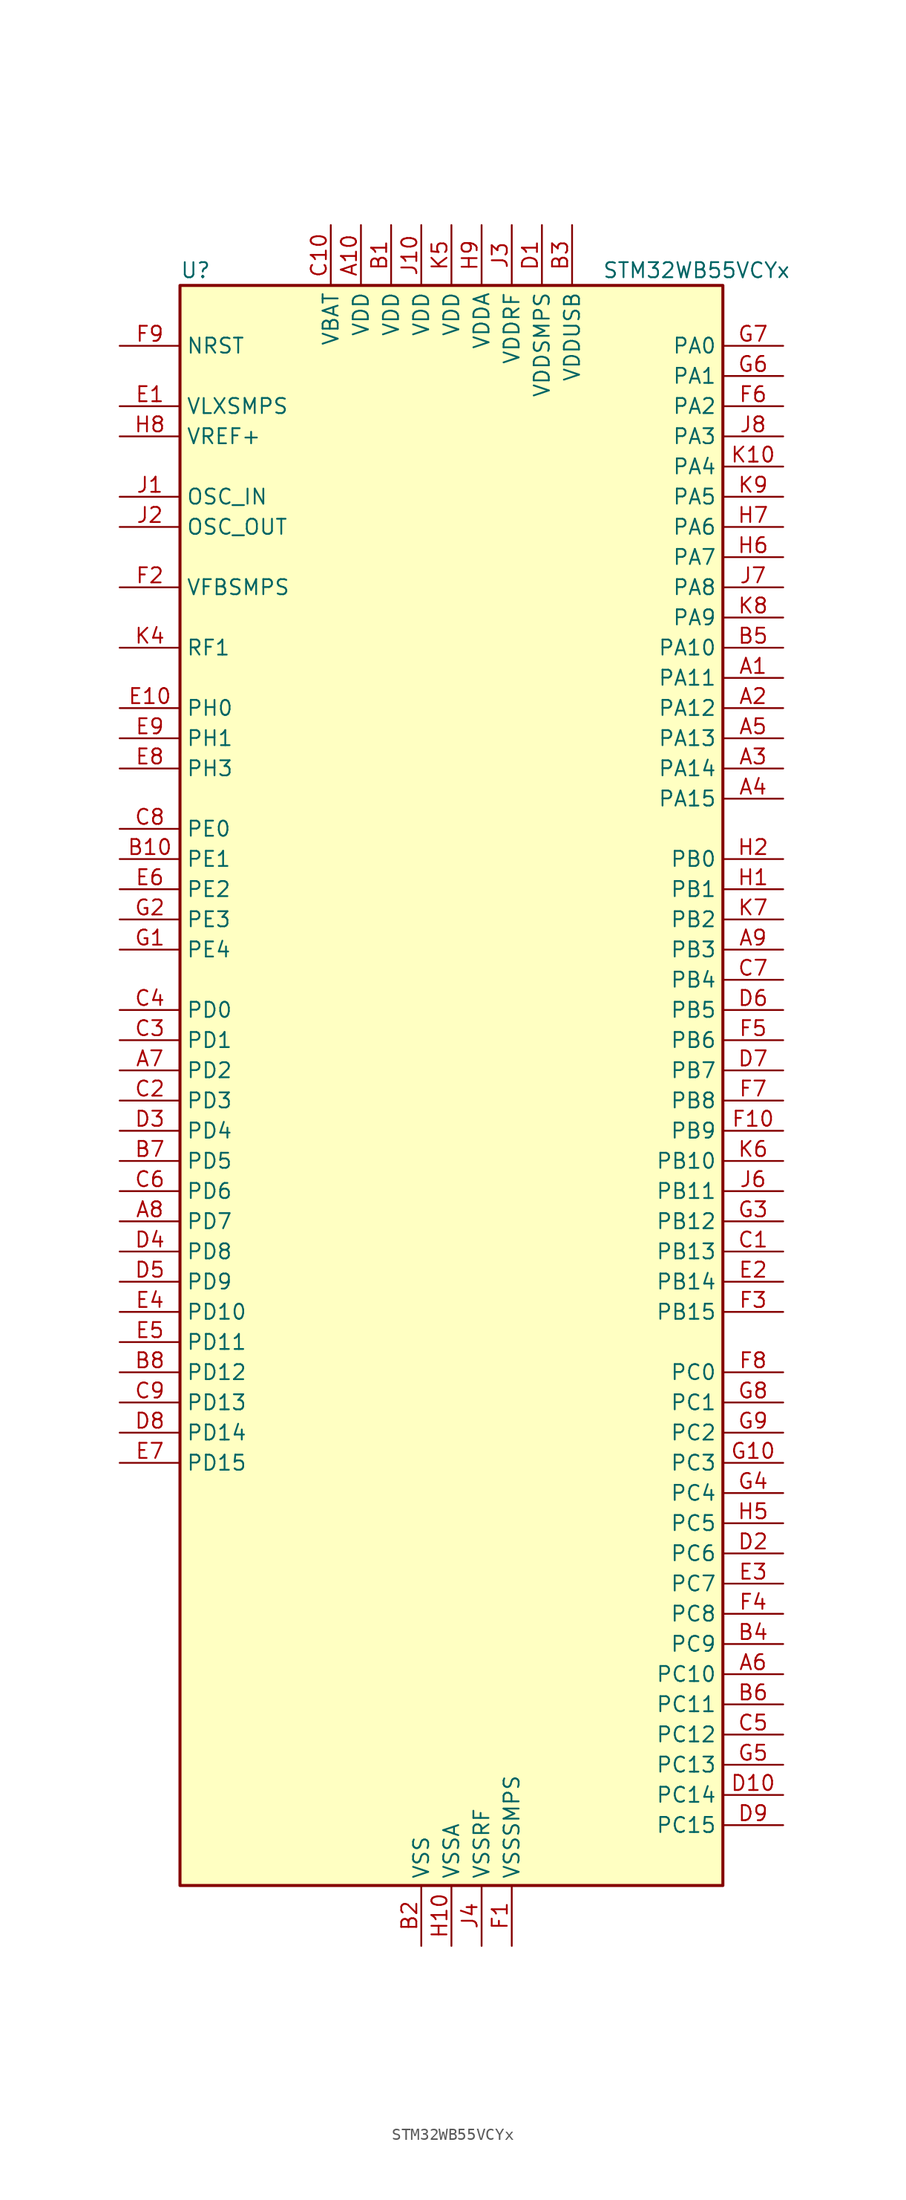
<source format=kicad_sym>
(kicad_symbol_lib
  (version 20231120)
  (generator "kicad-library-utils")
  (generator_version "8.0")
  (symbol "STM32WB55VCYx"
    (property "Reference" "U"
      (at -22.86 69.85 0)
      (effects (font (size 1.27 1.27)) (justify left)))
    (property "Value" "STM32WB55VCYx"
      (at 12.7 69.85 0)
      (effects (font (size 1.27 1.27)) (justify left)))
    (symbol "STM32WB55VCYx_0_1"
      (rectangle (start -22.86 -66.04) (end 22.86 68.58) (stroke (width 0.254) (type default)) (fill (type background))))
    (symbol "STM32WB55VCYx_1_1"
      (pin bidirectional line (at 27.94 35.56 180) (length 5.08) (name "PA11" (effects (font (size 1.27 1.27)))) (number "A1" (effects (font (size 1.27 1.27)))) (alternate "ADC1_EXTI11" bidirectional line) (alternate "SPI1_MISO" bidirectional line) (alternate "TIM1_BKIN2" bidirectional line) (alternate "TIM1_CH4" bidirectional line) (alternate "USART1_CTS" bidirectional line) (alternate "USART1_NSS" bidirectional line) (alternate "USB_DM" bidirectional line))
      (pin power_in line (at -7.62 73.66 270) (length 5.08) (name "VDD" (effects (font (size 1.27 1.27)))) (number "A10" (effects (font (size 1.27 1.27)))))
      (pin bidirectional line (at 27.94 33.02 180) (length 5.08) (name "PA12" (effects (font (size 1.27 1.27)))) (number "A2" (effects (font (size 1.27 1.27)))) (alternate "LPUART1_RX" bidirectional line) (alternate "SPI1_MOSI" bidirectional line) (alternate "TIM1_ETR" bidirectional line) (alternate "USART1_DE" bidirectional line) (alternate "USART1_RTS" bidirectional line) (alternate "USB_DP" bidirectional line))
      (pin bidirectional line (at 27.94 27.94 180) (length 5.08) (name "PA14" (effects (font (size 1.27 1.27)))) (number "A3" (effects (font (size 1.27 1.27)))) (alternate "I2C1_SMBA" bidirectional line) (alternate "LCD_SEG5" bidirectional line) (alternate "LPTIM1_OUT" bidirectional line) (alternate "SAI1_FS_B" bidirectional line) (alternate "SYS_JTCK-SWCLK" bidirectional line))
      (pin bidirectional line (at 27.94 25.4 180) (length 5.08) (name "PA15" (effects (font (size 1.27 1.27)))) (number "A4" (effects (font (size 1.27 1.27)))) (alternate "ADC1_EXTI15" bidirectional line) (alternate "LCD_SEG17" bidirectional line) (alternate "RCC_MCO" bidirectional line) (alternate "SPI1_NSS" bidirectional line) (alternate "SYS_JTDI" bidirectional line) (alternate "TIM2_CH1" bidirectional line) (alternate "TIM2_ETR" bidirectional line) (alternate "TSC_G3_IO1" bidirectional line))
      (pin bidirectional line (at 27.94 30.48 180) (length 5.08) (name "PA13" (effects (font (size 1.27 1.27)))) (number "A5" (effects (font (size 1.27 1.27)))) (alternate "IR_OUT" bidirectional line) (alternate "SAI1_SD_B" bidirectional line) (alternate "SYS_JTMS-SWDIO" bidirectional line) (alternate "USB_NOE" bidirectional line))
      (pin bidirectional line (at 27.94 -48.26 180) (length 5.08) (name "PC10" (effects (font (size 1.27 1.27)))) (number "A6" (effects (font (size 1.27 1.27)))) (alternate "LCD_COM4" bidirectional line) (alternate "LCD_SEG28" bidirectional line) (alternate "LCD_SEG40" bidirectional line) (alternate "SYS_TRACED1" bidirectional line) (alternate "TSC_G3_IO2" bidirectional line))
      (pin bidirectional line (at -27.94 2.54 0) (length 5.08) (name "PD2" (effects (font (size 1.27 1.27)))) (number "A7" (effects (font (size 1.27 1.27)))) (alternate "LCD_COM7" bidirectional line) (alternate "LCD_SEG31" bidirectional line) (alternate "LCD_SEG43" bidirectional line) (alternate "SYS_TRACED2" bidirectional line) (alternate "TSC_SYNC" bidirectional line))
      (pin bidirectional line (at -27.94 -10.16 0) (length 5.08) (name "PD7" (effects (font (size 1.27 1.27)))) (number "A8" (effects (font (size 1.27 1.27)))) (alternate "LCD_SEG39" bidirectional line) (alternate "QUADSPI_BK1_IO3" bidirectional line) (alternate "TSC_G5_IO4" bidirectional line))
      (pin bidirectional line (at 27.94 12.7 180) (length 5.08) (name "PB3" (effects (font (size 1.27 1.27)))) (number "A9" (effects (font (size 1.27 1.27)))) (alternate "COMP2_INM" bidirectional line) (alternate "LCD_SEG7" bidirectional line) (alternate "SAI1_SCK_B" bidirectional line) (alternate "SPI1_SCK" bidirectional line) (alternate "SYS_JTDO-SWO" bidirectional line) (alternate "TIM2_CH2" bidirectional line) (alternate "USART1_DE" bidirectional line) (alternate "USART1_RTS" bidirectional line))
      (pin power_in line (at -5.08 73.66 270) (length 5.08) (name "VDD" (effects (font (size 1.27 1.27)))) (number "B1" (effects (font (size 1.27 1.27)))))
      (pin bidirectional line (at -27.94 20.32 0) (length 5.08) (name "PE1" (effects (font (size 1.27 1.27)))) (number "B10" (effects (font (size 1.27 1.27)))) (alternate "LCD_SEG37" bidirectional line) (alternate "TIM17_CH1" bidirectional line) (alternate "TSC_G7_IO2" bidirectional line))
      (pin power_in line (at -2.54 -71.12 90) (length 5.08) (name "VSS" (effects (font (size 1.27 1.27)))) (number "B2" (effects (font (size 1.27 1.27)))))
      (pin power_in line (at 10.16 73.66 270) (length 5.08) (name "VDDUSB" (effects (font (size 1.27 1.27)))) (number "B3" (effects (font (size 1.27 1.27)))))
      (pin bidirectional line (at 27.94 -45.72 180) (length 5.08) (name "PC9" (effects (font (size 1.27 1.27)))) (number "B4" (effects (font (size 1.27 1.27)))) (alternate "LCD_SEG27" bidirectional line) (alternate "SAI1_SCK_B" bidirectional line) (alternate "TIM1_BKIN" bidirectional line) (alternate "TSC_G4_IO4" bidirectional line) (alternate "USB_NOE" bidirectional line))
      (pin bidirectional line (at 27.94 38.1 180) (length 5.08) (name "PA10" (effects (font (size 1.27 1.27)))) (number "B5" (effects (font (size 1.27 1.27)))) (alternate "CRS_SYNC" bidirectional line) (alternate "I2C1_SDA" bidirectional line) (alternate "LCD_COM2" bidirectional line) (alternate "SAI1_D1" bidirectional line) (alternate "SAI1_SD_A" bidirectional line) (alternate "TIM17_BKIN" bidirectional line) (alternate "TIM1_CH3" bidirectional line) (alternate "USART1_RX" bidirectional line))
      (pin bidirectional line (at 27.94 -50.8 180) (length 5.08) (name "PC11" (effects (font (size 1.27 1.27)))) (number "B6" (effects (font (size 1.27 1.27)))) (alternate "ADC1_EXTI11" bidirectional line) (alternate "LCD_COM5" bidirectional line) (alternate "LCD_SEG29" bidirectional line) (alternate "LCD_SEG41" bidirectional line) (alternate "TSC_G3_IO3" bidirectional line))
      (pin bidirectional line (at -27.94 -5.08 0) (length 5.08) (name "PD5" (effects (font (size 1.27 1.27)))) (number "B7" (effects (font (size 1.27 1.27)))) (alternate "QUADSPI_BK1_IO1" bidirectional line) (alternate "SAI1_MCLK_B" bidirectional line) (alternate "TSC_G5_IO2" bidirectional line))
      (pin bidirectional line (at -27.94 -22.86 0) (length 5.08) (name "PD12" (effects (font (size 1.27 1.27)))) (number "B8" (effects (font (size 1.27 1.27)))) (alternate "LCD_SEG32" bidirectional line) (alternate "LPTIM2_IN1" bidirectional line) (alternate "TSC_G6_IO3" bidirectional line))
      (pin passive line (at -2.54 -71.12 90) (length 5.08) hide (name "VSS" (effects (font (size 1.27 1.27)))) (number "B9" (effects (font (size 1.27 1.27)))))
      (pin bidirectional line (at 27.94 -12.7 180) (length 5.08) (name "PB13" (effects (font (size 1.27 1.27)))) (number "C1" (effects (font (size 1.27 1.27)))) (alternate "I2C3_SCL" bidirectional line) (alternate "LCD_SEG13" bidirectional line) (alternate "LPUART1_CTS" bidirectional line) (alternate "SAI1_SCK_A" bidirectional line) (alternate "SPI2_SCK" bidirectional line) (alternate "TIM1_CH1N" bidirectional line) (alternate "TSC_G1_IO2" bidirectional line))
      (pin power_in line (at -10.16 73.66 270) (length 5.08) (name "VBAT" (effects (font (size 1.27 1.27)))) (number "C10" (effects (font (size 1.27 1.27)))))
      (pin bidirectional line (at -27.94 0 0) (length 5.08) (name "PD3" (effects (font (size 1.27 1.27)))) (number "C2" (effects (font (size 1.27 1.27)))) (alternate "QUADSPI_BK1_NCS" bidirectional line) (alternate "SPI2_MISO" bidirectional line) (alternate "SPI2_SCK" bidirectional line))
      (pin bidirectional line (at -27.94 5.08 0) (length 5.08) (name "PD1" (effects (font (size 1.27 1.27)))) (number "C3" (effects (font (size 1.27 1.27)))) (alternate "SPI2_SCK" bidirectional line))
      (pin bidirectional line (at -27.94 7.62 0) (length 5.08) (name "PD0" (effects (font (size 1.27 1.27)))) (number "C4" (effects (font (size 1.27 1.27)))) (alternate "SPI2_NSS" bidirectional line))
      (pin bidirectional line (at 27.94 -53.34 180) (length 5.08) (name "PC12" (effects (font (size 1.27 1.27)))) (number "C5" (effects (font (size 1.27 1.27)))) (alternate "LCD_COM6" bidirectional line) (alternate "LCD_SEG30" bidirectional line) (alternate "LCD_SEG42" bidirectional line) (alternate "RCC_LSCO" bidirectional line) (alternate "RTC_TAMP3" bidirectional line) (alternate "SYS_TRACED3" bidirectional line) (alternate "SYS_WKUP3" bidirectional line) (alternate "TSC_G3_IO4" bidirectional line))
      (pin bidirectional line (at -27.94 -7.62 0) (length 5.08) (name "PD6" (effects (font (size 1.27 1.27)))) (number "C6" (effects (font (size 1.27 1.27)))) (alternate "QUADSPI_BK1_IO2" bidirectional line) (alternate "SAI1_D1" bidirectional line) (alternate "SAI1_SD_A" bidirectional line) (alternate "TSC_G5_IO3" bidirectional line))
      (pin bidirectional line (at 27.94 10.16 180) (length 5.08) (name "PB4" (effects (font (size 1.27 1.27)))) (number "C7" (effects (font (size 1.27 1.27)))) (alternate "COMP2_INP" bidirectional line) (alternate "I2C3_SDA" bidirectional line) (alternate "LCD_SEG8" bidirectional line) (alternate "SAI1_MCLK_B" bidirectional line) (alternate "SPI1_MISO" bidirectional line) (alternate "SYS_JTRST" bidirectional line) (alternate "TIM17_BKIN" bidirectional line) (alternate "TSC_G2_IO1" bidirectional line) (alternate "USART1_CTS" bidirectional line) (alternate "USART1_NSS" bidirectional line))
      (pin bidirectional line (at -27.94 22.86 0) (length 5.08) (name "PE0" (effects (font (size 1.27 1.27)))) (number "C8" (effects (font (size 1.27 1.27)))) (alternate "LCD_SEG36" bidirectional line) (alternate "TIM16_CH1" bidirectional line) (alternate "TIM1_ETR" bidirectional line) (alternate "TSC_G7_IO3" bidirectional line))
      (pin bidirectional line (at -27.94 -25.4 0) (length 5.08) (name "PD13" (effects (font (size 1.27 1.27)))) (number "C9" (effects (font (size 1.27 1.27)))) (alternate "LCD_SEG33" bidirectional line) (alternate "LPTIM2_OUT" bidirectional line) (alternate "TSC_G6_IO4" bidirectional line))
      (pin power_in line (at 7.62 73.66 270) (length 5.08) (name "VDDSMPS" (effects (font (size 1.27 1.27)))) (number "D1" (effects (font (size 1.27 1.27)))))
      (pin bidirectional line (at 27.94 -58.42 180) (length 5.08) (name "PC14" (effects (font (size 1.27 1.27)))) (number "D10" (effects (font (size 1.27 1.27)))) (alternate "RCC_OSC32_IN" bidirectional line))
      (pin bidirectional line (at 27.94 -38.1 180) (length 5.08) (name "PC6" (effects (font (size 1.27 1.27)))) (number "D2" (effects (font (size 1.27 1.27)))) (alternate "LCD_SEG24" bidirectional line) (alternate "TSC_G4_IO1" bidirectional line))
      (pin bidirectional line (at -27.94 -2.54 0) (length 5.08) (name "PD4" (effects (font (size 1.27 1.27)))) (number "D3" (effects (font (size 1.27 1.27)))) (alternate "QUADSPI_BK1_IO0" bidirectional line) (alternate "SPI2_MOSI" bidirectional line) (alternate "TSC_G5_IO1" bidirectional line))
      (pin bidirectional line (at -27.94 -12.7 0) (length 5.08) (name "PD8" (effects (font (size 1.27 1.27)))) (number "D4" (effects (font (size 1.27 1.27)))) (alternate "LCD_SEG28" bidirectional line) (alternate "TIM1_BKIN2" bidirectional line))
      (pin bidirectional line (at -27.94 -15.24 0) (length 5.08) (name "PD9" (effects (font (size 1.27 1.27)))) (number "D5" (effects (font (size 1.27 1.27)))) (alternate "LCD_SEG29" bidirectional line) (alternate "SYS_TRACED0" bidirectional line))
      (pin bidirectional line (at 27.94 7.62 180) (length 5.08) (name "PB5" (effects (font (size 1.27 1.27)))) (number "D6" (effects (font (size 1.27 1.27)))) (alternate "COMP2_OUT" bidirectional line) (alternate "I2C1_SMBA" bidirectional line) (alternate "LCD_SEG9" bidirectional line) (alternate "LPTIM1_IN1" bidirectional line) (alternate "LPUART1_TX" bidirectional line) (alternate "SAI1_SD_B" bidirectional line) (alternate "SPI1_MOSI" bidirectional line) (alternate "TIM16_BKIN" bidirectional line) (alternate "TSC_G2_IO2" bidirectional line) (alternate "USART1_CK" bidirectional line))
      (pin bidirectional line (at 27.94 2.54 180) (length 5.08) (name "PB7" (effects (font (size 1.27 1.27)))) (number "D7" (effects (font (size 1.27 1.27)))) (alternate "COMP2_INM" bidirectional line) (alternate "I2C1_SDA" bidirectional line) (alternate "LCD_SEG21" bidirectional line) (alternate "LPTIM1_IN2" bidirectional line) (alternate "SYS_PVD_IN" bidirectional line) (alternate "TIM17_CH1N" bidirectional line) (alternate "TIM1_BKIN" bidirectional line) (alternate "TSC_G2_IO4" bidirectional line) (alternate "USART1_RX" bidirectional line))
      (pin bidirectional line (at -27.94 -27.94 0) (length 5.08) (name "PD14" (effects (font (size 1.27 1.27)))) (number "D8" (effects (font (size 1.27 1.27)))) (alternate "LCD_SEG34" bidirectional line) (alternate "TIM1_CH1" bidirectional line))
      (pin bidirectional line (at 27.94 -60.96 180) (length 5.08) (name "PC15" (effects (font (size 1.27 1.27)))) (number "D9" (effects (font (size 1.27 1.27)))) (alternate "ADC1_EXTI15" bidirectional line) (alternate "RCC_OSC32_OUT" bidirectional line))
      (pin power_in line (at -27.94 58.42 0) (length 5.08) (name "VLXSMPS" (effects (font (size 1.27 1.27)))) (number "E1" (effects (font (size 1.27 1.27)))))
      (pin bidirectional line (at -27.94 33.02 0) (length 5.08) (name "PH0" (effects (font (size 1.27 1.27)))) (number "E10" (effects (font (size 1.27 1.27)))))
      (pin bidirectional line (at 27.94 -15.24 180) (length 5.08) (name "PB14" (effects (font (size 1.27 1.27)))) (number "E2" (effects (font (size 1.27 1.27)))) (alternate "I2C3_SDA" bidirectional line) (alternate "LCD_SEG14" bidirectional line) (alternate "SAI1_MCLK_A" bidirectional line) (alternate "SPI2_MISO" bidirectional line) (alternate "TIM1_CH2N" bidirectional line) (alternate "TSC_G1_IO3" bidirectional line))
      (pin bidirectional line (at 27.94 -40.64 180) (length 5.08) (name "PC7" (effects (font (size 1.27 1.27)))) (number "E3" (effects (font (size 1.27 1.27)))) (alternate "LCD_SEG25" bidirectional line) (alternate "TSC_G4_IO2" bidirectional line))
      (pin bidirectional line (at -27.94 -17.78 0) (length 5.08) (name "PD10" (effects (font (size 1.27 1.27)))) (number "E4" (effects (font (size 1.27 1.27)))) (alternate "LCD_SEG30" bidirectional line) (alternate "SYS_TRIG_INOUT" bidirectional line) (alternate "TSC_G6_IO1" bidirectional line))
      (pin bidirectional line (at -27.94 -20.32 0) (length 5.08) (name "PD11" (effects (font (size 1.27 1.27)))) (number "E5" (effects (font (size 1.27 1.27)))) (alternate "ADC1_EXTI11" bidirectional line) (alternate "LCD_SEG31" bidirectional line) (alternate "LPTIM2_ETR" bidirectional line) (alternate "TSC_G6_IO2" bidirectional line))
      (pin bidirectional line (at -27.94 17.78 0) (length 5.08) (name "PE2" (effects (font (size 1.27 1.27)))) (number "E6" (effects (font (size 1.27 1.27)))) (alternate "LCD_SEG38" bidirectional line) (alternate "SAI1_CK1" bidirectional line) (alternate "SAI1_MCLK_A" bidirectional line) (alternate "SYS_TRACECLK" bidirectional line) (alternate "TSC_G7_IO1" bidirectional line))
      (pin bidirectional line (at -27.94 -30.48 0) (length 5.08) (name "PD15" (effects (font (size 1.27 1.27)))) (number "E7" (effects (font (size 1.27 1.27)))) (alternate "ADC1_EXTI15" bidirectional line) (alternate "LCD_SEG35" bidirectional line) (alternate "TIM1_CH2" bidirectional line))
      (pin bidirectional line (at -27.94 27.94 0) (length 5.08) (name "PH3" (effects (font (size 1.27 1.27)))) (number "E8" (effects (font (size 1.27 1.27)))) (alternate "RCC_LSCO" bidirectional line))
      (pin bidirectional line (at -27.94 30.48 0) (length 5.08) (name "PH1" (effects (font (size 1.27 1.27)))) (number "E9" (effects (font (size 1.27 1.27)))))
      (pin power_in line (at 5.08 -71.12 90) (length 5.08) (name "VSSSMPS" (effects (font (size 1.27 1.27)))) (number "F1" (effects (font (size 1.27 1.27)))))
      (pin bidirectional line (at 27.94 -2.54 180) (length 5.08) (name "PB9" (effects (font (size 1.27 1.27)))) (number "F10" (effects (font (size 1.27 1.27)))) (alternate "I2C1_SDA" bidirectional line) (alternate "IR_OUT" bidirectional line) (alternate "LCD_COM3" bidirectional line) (alternate "QUADSPI_BK1_IO0" bidirectional line) (alternate "SAI1_D2" bidirectional line) (alternate "SAI1_FS_A" bidirectional line) (alternate "SPI2_NSS" bidirectional line) (alternate "TIM17_CH1" bidirectional line) (alternate "TIM1_CH3N" bidirectional line) (alternate "TSC_G7_IO4" bidirectional line))
      (pin input line (at -27.94 43.18 0) (length 5.08) (name "VFBSMPS" (effects (font (size 1.27 1.27)))) (number "F2" (effects (font (size 1.27 1.27)))))
      (pin bidirectional line (at 27.94 -17.78 180) (length 5.08) (name "PB15" (effects (font (size 1.27 1.27)))) (number "F3" (effects (font (size 1.27 1.27)))) (alternate "ADC1_EXTI15" bidirectional line) (alternate "LCD_SEG15" bidirectional line) (alternate "RTC_REFIN" bidirectional line) (alternate "SAI1_SD_A" bidirectional line) (alternate "SPI2_MOSI" bidirectional line) (alternate "TIM1_CH3N" bidirectional line) (alternate "TSC_G1_IO4" bidirectional line))
      (pin bidirectional line (at 27.94 -43.18 180) (length 5.08) (name "PC8" (effects (font (size 1.27 1.27)))) (number "F4" (effects (font (size 1.27 1.27)))) (alternate "LCD_SEG26" bidirectional line) (alternate "TSC_G4_IO3" bidirectional line))
      (pin bidirectional line (at 27.94 5.08 180) (length 5.08) (name "PB6" (effects (font (size 1.27 1.27)))) (number "F5" (effects (font (size 1.27 1.27)))) (alternate "COMP2_INP" bidirectional line) (alternate "I2C1_SCL" bidirectional line) (alternate "LCD_SEG6" bidirectional line) (alternate "LPTIM1_ETR" bidirectional line) (alternate "RCC_MCO" bidirectional line) (alternate "SAI1_FS_B" bidirectional line) (alternate "TIM16_CH1N" bidirectional line) (alternate "TSC_G2_IO3" bidirectional line) (alternate "USART1_TX" bidirectional line))
      (pin bidirectional line (at 27.94 58.42 180) (length 5.08) (name "PA2" (effects (font (size 1.27 1.27)))) (number "F6" (effects (font (size 1.27 1.27)))) (alternate "ADC1_IN7" bidirectional line) (alternate "COMP2_INM" bidirectional line) (alternate "COMP2_OUT" bidirectional line) (alternate "LCD_SEG1" bidirectional line) (alternate "LPUART1_TX" bidirectional line) (alternate "QUADSPI_BK1_NCS" bidirectional line) (alternate "RCC_LSCO" bidirectional line) (alternate "SYS_WKUP4" bidirectional line) (alternate "TIM2_CH3" bidirectional line))
      (pin bidirectional line (at 27.94 0 180) (length 5.08) (name "PB8" (effects (font (size 1.27 1.27)))) (number "F7" (effects (font (size 1.27 1.27)))) (alternate "I2C1_SCL" bidirectional line) (alternate "LCD_SEG16" bidirectional line) (alternate "QUADSPI_BK1_IO1" bidirectional line) (alternate "SAI1_CK1" bidirectional line) (alternate "SAI1_MCLK_A" bidirectional line) (alternate "TIM16_CH1" bidirectional line) (alternate "TIM1_CH2N" bidirectional line))
      (pin bidirectional line (at 27.94 -22.86 180) (length 5.08) (name "PC0" (effects (font (size 1.27 1.27)))) (number "F8" (effects (font (size 1.27 1.27)))) (alternate "ADC1_IN1" bidirectional line) (alternate "I2C3_SCL" bidirectional line) (alternate "LCD_SEG18" bidirectional line) (alternate "LPTIM1_IN1" bidirectional line) (alternate "LPTIM2_IN1" bidirectional line) (alternate "LPUART1_RX" bidirectional line))
      (pin input line (at -27.94 63.5 0) (length 5.08) (name "NRST" (effects (font (size 1.27 1.27)))) (number "F9" (effects (font (size 1.27 1.27)))))
      (pin bidirectional line (at -27.94 12.7 0) (length 5.08) (name "PE4" (effects (font (size 1.27 1.27)))) (number "G1" (effects (font (size 1.27 1.27)))))
      (pin bidirectional line (at 27.94 -30.48 180) (length 5.08) (name "PC3" (effects (font (size 1.27 1.27)))) (number "G10" (effects (font (size 1.27 1.27)))) (alternate "ADC1_IN4" bidirectional line) (alternate "LCD_VLCD" bidirectional line) (alternate "LPTIM1_ETR" bidirectional line) (alternate "LPTIM2_ETR" bidirectional line) (alternate "SAI1_D1" bidirectional line) (alternate "SAI1_SD_A" bidirectional line) (alternate "SPI2_MOSI" bidirectional line))
      (pin bidirectional line (at -27.94 15.24 0) (length 5.08) (name "PE3" (effects (font (size 1.27 1.27)))) (number "G2" (effects (font (size 1.27 1.27)))))
      (pin bidirectional line (at 27.94 -10.16 180) (length 5.08) (name "PB12" (effects (font (size 1.27 1.27)))) (number "G3" (effects (font (size 1.27 1.27)))) (alternate "I2C3_SMBA" bidirectional line) (alternate "LCD_SEG12" bidirectional line) (alternate "LPUART1_DE" bidirectional line) (alternate "LPUART1_RTS" bidirectional line) (alternate "SAI1_FS_A" bidirectional line) (alternate "SPI2_NSS" bidirectional line) (alternate "TIM1_BKIN" bidirectional line) (alternate "TSC_G1_IO1" bidirectional line))
      (pin bidirectional line (at 27.94 -33.02 180) (length 5.08) (name "PC4" (effects (font (size 1.27 1.27)))) (number "G4" (effects (font (size 1.27 1.27)))) (alternate "ADC1_IN13" bidirectional line) (alternate "COMP1_INM" bidirectional line) (alternate "LCD_SEG22" bidirectional line))
      (pin bidirectional line (at 27.94 -55.88 180) (length 5.08) (name "PC13" (effects (font (size 1.27 1.27)))) (number "G5" (effects (font (size 1.27 1.27)))) (alternate "RTC_OUT1" bidirectional line) (alternate "RTC_TAMP1" bidirectional line) (alternate "RTC_TS" bidirectional line) (alternate "SYS_WKUP2" bidirectional line))
      (pin bidirectional line (at 27.94 60.96 180) (length 5.08) (name "PA1" (effects (font (size 1.27 1.27)))) (number "G6" (effects (font (size 1.27 1.27)))) (alternate "ADC1_IN6" bidirectional line) (alternate "COMP1_INP" bidirectional line) (alternate "I2C1_SMBA" bidirectional line) (alternate "LCD_SEG0" bidirectional line) (alternate "SPI1_SCK" bidirectional line) (alternate "TIM2_CH2" bidirectional line))
      (pin bidirectional line (at 27.94 63.5 180) (length 5.08) (name "PA0" (effects (font (size 1.27 1.27)))) (number "G7" (effects (font (size 1.27 1.27)))) (alternate "ADC1_IN5" bidirectional line) (alternate "COMP1_INM" bidirectional line) (alternate "COMP1_OUT" bidirectional line) (alternate "RTC_TAMP2" bidirectional line) (alternate "SAI1_EXTCLK" bidirectional line) (alternate "SYS_WKUP1" bidirectional line) (alternate "TIM2_CH1" bidirectional line) (alternate "TIM2_ETR" bidirectional line))
      (pin bidirectional line (at 27.94 -25.4 180) (length 5.08) (name "PC1" (effects (font (size 1.27 1.27)))) (number "G8" (effects (font (size 1.27 1.27)))) (alternate "ADC1_IN2" bidirectional line) (alternate "I2C3_SDA" bidirectional line) (alternate "LCD_SEG19" bidirectional line) (alternate "LPTIM1_OUT" bidirectional line) (alternate "LPUART1_TX" bidirectional line) (alternate "SPI2_MOSI" bidirectional line))
      (pin bidirectional line (at 27.94 -27.94 180) (length 5.08) (name "PC2" (effects (font (size 1.27 1.27)))) (number "G9" (effects (font (size 1.27 1.27)))) (alternate "ADC1_IN3" bidirectional line) (alternate "LCD_SEG20" bidirectional line) (alternate "LPTIM1_IN2" bidirectional line) (alternate "SPI2_MISO" bidirectional line))
      (pin bidirectional line (at 27.94 17.78 180) (length 5.08) (name "PB1" (effects (font (size 1.27 1.27)))) (number "H1" (effects (font (size 1.27 1.27)))) (alternate "LPTIM2_IN1" bidirectional line) (alternate "LPUART1_DE" bidirectional line) (alternate "LPUART1_RTS" bidirectional line))
      (pin power_in line (at 0 -71.12 90) (length 5.08) (name "VSSA" (effects (font (size 1.27 1.27)))) (number "H10" (effects (font (size 1.27 1.27)))))
      (pin bidirectional line (at 27.94 20.32 180) (length 5.08) (name "PB0" (effects (font (size 1.27 1.27)))) (number "H2" (effects (font (size 1.27 1.27)))) (alternate "COMP1_OUT" bidirectional line) (alternate "RF_TX_MOD_EXT_PA" bidirectional line))
      (pin no_connect line (at -22.86 -66.04 0) (length 5.08) hide (name "AT0" (effects (font (size 1.27 1.27)))) (number "H3" (effects (font (size 1.27 1.27)))))
      (pin no_connect line (at -22.86 -63.5 0) (length 5.08) hide (name "AT1" (effects (font (size 1.27 1.27)))) (number "H4" (effects (font (size 1.27 1.27)))))
      (pin bidirectional line (at 27.94 -35.56 180) (length 5.08) (name "PC5" (effects (font (size 1.27 1.27)))) (number "H5" (effects (font (size 1.27 1.27)))) (alternate "ADC1_IN14" bidirectional line) (alternate "COMP1_INP" bidirectional line) (alternate "LCD_SEG23" bidirectional line) (alternate "SAI1_D3" bidirectional line) (alternate "SYS_WKUP5" bidirectional line))
      (pin bidirectional line (at 27.94 45.72 180) (length 5.08) (name "PA7" (effects (font (size 1.27 1.27)))) (number "H6" (effects (font (size 1.27 1.27)))) (alternate "ADC1_IN12" bidirectional line) (alternate "COMP2_OUT" bidirectional line) (alternate "I2C3_SCL" bidirectional line) (alternate "LCD_SEG4" bidirectional line) (alternate "QUADSPI_BK1_IO2" bidirectional line) (alternate "SPI1_MOSI" bidirectional line) (alternate "TIM17_CH1" bidirectional line) (alternate "TIM1_CH1N" bidirectional line))
      (pin bidirectional line (at 27.94 48.26 180) (length 5.08) (name "PA6" (effects (font (size 1.27 1.27)))) (number "H7" (effects (font (size 1.27 1.27)))) (alternate "ADC1_IN11" bidirectional line) (alternate "LCD_SEG3" bidirectional line) (alternate "LPUART1_CTS" bidirectional line) (alternate "QUADSPI_BK1_IO3" bidirectional line) (alternate "SPI1_MISO" bidirectional line) (alternate "TIM16_CH1" bidirectional line) (alternate "TIM1_BKIN" bidirectional line))
      (pin input line (at -27.94 55.88 0) (length 5.08) (name "VREF+" (effects (font (size 1.27 1.27)))) (number "H8" (effects (font (size 1.27 1.27)))) (alternate "VREFBUF_OUT" bidirectional line))
      (pin power_in line (at 2.54 73.66 270) (length 5.08) (name "VDDA" (effects (font (size 1.27 1.27)))) (number "H9" (effects (font (size 1.27 1.27)))))
      (pin input line (at -27.94 50.8 0) (length 5.08) (name "OSC_IN" (effects (font (size 1.27 1.27)))) (number "J1" (effects (font (size 1.27 1.27)))) (alternate "RCC_OSC_IN" bidirectional line))
      (pin power_in line (at -2.54 73.66 270) (length 5.08) (name "VDD" (effects (font (size 1.27 1.27)))) (number "J10" (effects (font (size 1.27 1.27)))))
      (pin input line (at -27.94 48.26 0) (length 5.08) (name "OSC_OUT" (effects (font (size 1.27 1.27)))) (number "J2" (effects (font (size 1.27 1.27)))) (alternate "RCC_OSC_OUT" bidirectional line))
      (pin power_in line (at 5.08 73.66 270) (length 5.08) (name "VDDRF" (effects (font (size 1.27 1.27)))) (number "J3" (effects (font (size 1.27 1.27)))))
      (pin power_in line (at 2.54 -71.12 90) (length 5.08) (name "VSSRF" (effects (font (size 1.27 1.27)))) (number "J4" (effects (font (size 1.27 1.27)))))
      (pin passive line (at -2.54 -71.12 90) (length 5.08) hide (name "VSS" (effects (font (size 1.27 1.27)))) (number "J5" (effects (font (size 1.27 1.27)))))
      (pin bidirectional line (at 27.94 -7.62 180) (length 5.08) (name "PB11" (effects (font (size 1.27 1.27)))) (number "J6" (effects (font (size 1.27 1.27)))) (alternate "ADC1_EXTI11" bidirectional line) (alternate "COMP2_OUT" bidirectional line) (alternate "I2C3_SDA" bidirectional line) (alternate "LCD_SEG11" bidirectional line) (alternate "LPUART1_TX" bidirectional line) (alternate "QUADSPI_BK1_NCS" bidirectional line) (alternate "TIM2_CH4" bidirectional line))
      (pin bidirectional line (at 27.94 43.18 180) (length 5.08) (name "PA8" (effects (font (size 1.27 1.27)))) (number "J7" (effects (font (size 1.27 1.27)))) (alternate "ADC1_IN15" bidirectional line) (alternate "LCD_COM0" bidirectional line) (alternate "LPTIM2_OUT" bidirectional line) (alternate "RCC_MCO" bidirectional line) (alternate "SAI1_CK2" bidirectional line) (alternate "SAI1_SCK_A" bidirectional line) (alternate "TIM1_CH1" bidirectional line) (alternate "USART1_CK" bidirectional line))
      (pin bidirectional line (at 27.94 55.88 180) (length 5.08) (name "PA3" (effects (font (size 1.27 1.27)))) (number "J8" (effects (font (size 1.27 1.27)))) (alternate "ADC1_IN8" bidirectional line) (alternate "COMP2_INP" bidirectional line) (alternate "LCD_SEG2" bidirectional line) (alternate "LPUART1_RX" bidirectional line) (alternate "QUADSPI_CLK" bidirectional line) (alternate "SAI1_CK1" bidirectional line) (alternate "SAI1_MCLK_A" bidirectional line) (alternate "TIM2_CH4" bidirectional line))
      (pin passive line (at -2.54 -71.12 90) (length 5.08) hide (name "VSS" (effects (font (size 1.27 1.27)))) (number "J9" (effects (font (size 1.27 1.27)))))
      (pin passive line (at 2.54 -71.12 90) (length 5.08) hide (name "VSSRF" (effects (font (size 1.27 1.27)))) (number "K1" (effects (font (size 1.27 1.27)))))
      (pin bidirectional line (at 27.94 53.34 180) (length 5.08) (name "PA4" (effects (font (size 1.27 1.27)))) (number "K10" (effects (font (size 1.27 1.27)))) (alternate "ADC1_IN9" bidirectional line) (alternate "COMP1_INM" bidirectional line) (alternate "COMP2_INM" bidirectional line) (alternate "LCD_SEG5" bidirectional line) (alternate "LPTIM2_OUT" bidirectional line) (alternate "SAI1_FS_B" bidirectional line) (alternate "SPI1_NSS" bidirectional line))
      (pin passive line (at 2.54 -71.12 90) (length 5.08) hide (name "VSSRF" (effects (font (size 1.27 1.27)))) (number "K2" (effects (font (size 1.27 1.27)))))
      (pin passive line (at 2.54 -71.12 90) (length 5.08) hide (name "VSSRF" (effects (font (size 1.27 1.27)))) (number "K3" (effects (font (size 1.27 1.27)))))
      (pin bidirectional line (at -27.94 38.1 0) (length 5.08) (name "RF1" (effects (font (size 1.27 1.27)))) (number "K4" (effects (font (size 1.27 1.27)))) (alternate "RF_RF1" bidirectional line))
      (pin power_in line (at 0 73.66 270) (length 5.08) (name "VDD" (effects (font (size 1.27 1.27)))) (number "K5" (effects (font (size 1.27 1.27)))))
      (pin bidirectional line (at 27.94 -5.08 180) (length 5.08) (name "PB10" (effects (font (size 1.27 1.27)))) (number "K6" (effects (font (size 1.27 1.27)))) (alternate "COMP1_OUT" bidirectional line) (alternate "I2C3_SCL" bidirectional line) (alternate "LCD_SEG10" bidirectional line) (alternate "LPUART1_RX" bidirectional line) (alternate "QUADSPI_CLK" bidirectional line) (alternate "SAI1_SCK_A" bidirectional line) (alternate "SPI2_SCK" bidirectional line) (alternate "TIM2_CH3" bidirectional line) (alternate "TSC_SYNC" bidirectional line))
      (pin bidirectional line (at 27.94 15.24 180) (length 5.08) (name "PB2" (effects (font (size 1.27 1.27)))) (number "K7" (effects (font (size 1.27 1.27)))) (alternate "COMP1_INP" bidirectional line) (alternate "I2C3_SMBA" bidirectional line) (alternate "LCD_VLCD" bidirectional line) (alternate "LPTIM1_OUT" bidirectional line) (alternate "RTC_OUT2" bidirectional line) (alternate "SAI1_EXTCLK" bidirectional line) (alternate "SPI1_NSS" bidirectional line))
      (pin bidirectional line (at 27.94 40.64 180) (length 5.08) (name "PA9" (effects (font (size 1.27 1.27)))) (number "K8" (effects (font (size 1.27 1.27)))) (alternate "ADC1_IN16" bidirectional line) (alternate "COMP1_INM" bidirectional line) (alternate "I2C1_SCL" bidirectional line) (alternate "LCD_COM1" bidirectional line) (alternate "SAI1_D2" bidirectional line) (alternate "SAI1_FS_A" bidirectional line) (alternate "SPI2_SCK" bidirectional line) (alternate "TIM1_CH2" bidirectional line) (alternate "USART1_TX" bidirectional line))
      (pin bidirectional line (at 27.94 50.8 180) (length 5.08) (name "PA5" (effects (font (size 1.27 1.27)))) (number "K9" (effects (font (size 1.27 1.27)))) (alternate "ADC1_IN10" bidirectional line) (alternate "COMP1_INM" bidirectional line) (alternate "COMP2_INM" bidirectional line) (alternate "LPTIM2_ETR" bidirectional line) (alternate "SAI1_SD_B" bidirectional line) (alternate "SPI1_SCK" bidirectional line) (alternate "TIM2_CH1" bidirectional line) (alternate "TIM2_ETR" bidirectional line)))))
</source>
